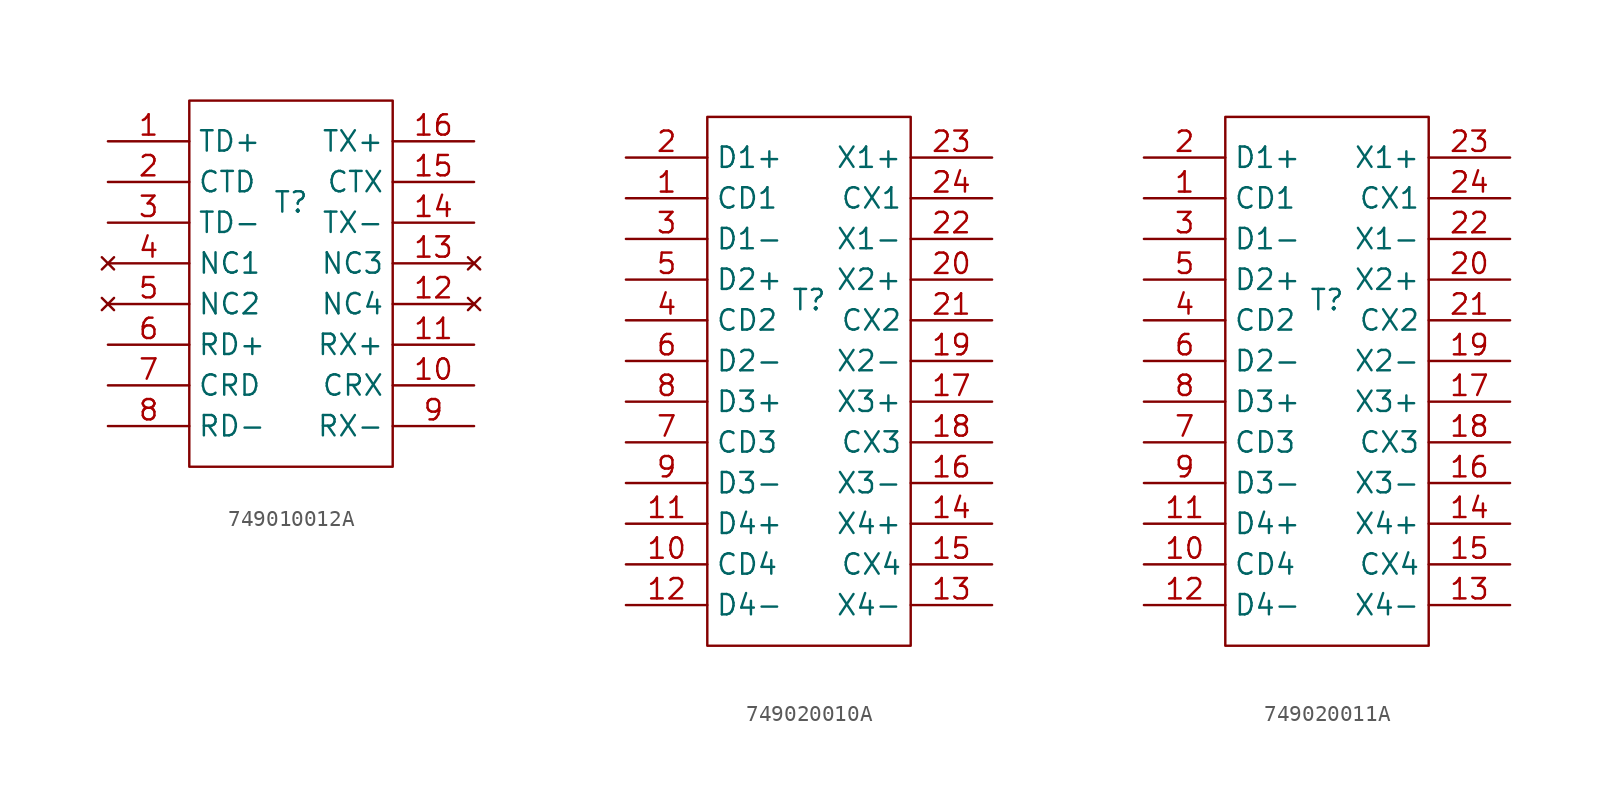
<source format=kicad_sym>
(kicad_symbol_lib
  (version 20220914)
  (generator kicad_symbol_editor)
  (symbol "749010012A"
    (property "Reference" "T"
      (at 0 5.08 0)
      (effects (font (size 1.27 1.27))))
    (property "Critical Parameter" ""
      (at 0 -5.08 0)
      (effects (font (size 1.27 1.27)) (justify left)))
    (symbol "749010012A_0_1"
      (rectangle (start -6.35 11.43) (end 6.35 -11.43) (stroke (width 0) (type default)) (fill (type none))))
    (symbol "749010012A_1_1"
      (pin passive line (at -11.43 8.89 0) (length 5.08) (name "TD+" (effects (font (size 1.27 1.27)))) (number "1" (effects (font (size 1.27 1.27)))))
      (pin passive line (at 11.43 -6.35 180) (length 5.08) (name "CRX" (effects (font (size 1.27 1.27)))) (number "10" (effects (font (size 1.27 1.27)))))
      (pin passive line (at 11.43 -3.81 180) (length 5.08) (name "RX+" (effects (font (size 1.27 1.27)))) (number "11" (effects (font (size 1.27 1.27)))))
      (pin no_connect line (at 11.43 -1.27 180) (length 5.08) (name "NC4" (effects (font (size 1.27 1.27)))) (number "12" (effects (font (size 1.27 1.27)))))
      (pin no_connect line (at 11.43 1.27 180) (length 5.08) (name "NC3" (effects (font (size 1.27 1.27)))) (number "13" (effects (font (size 1.27 1.27)))))
      (pin passive line (at 11.43 3.81 180) (length 5.08) (name "TX-" (effects (font (size 1.27 1.27)))) (number "14" (effects (font (size 1.27 1.27)))))
      (pin passive line (at 11.43 6.35 180) (length 5.08) (name "CTX" (effects (font (size 1.27 1.27)))) (number "15" (effects (font (size 1.27 1.27)))))
      (pin passive line (at 11.43 8.89 180) (length 5.08) (name "TX+" (effects (font (size 1.27 1.27)))) (number "16" (effects (font (size 1.27 1.27)))))
      (pin passive line (at -11.43 6.35 0) (length 5.08) (name "CTD" (effects (font (size 1.27 1.27)))) (number "2" (effects (font (size 1.27 1.27)))))
      (pin passive line (at -11.43 3.81 0) (length 5.08) (name "TD-" (effects (font (size 1.27 1.27)))) (number "3" (effects (font (size 1.27 1.27)))))
      (pin no_connect line (at -11.43 1.27 0) (length 5.08) (name "NC1" (effects (font (size 1.27 1.27)))) (number "4" (effects (font (size 1.27 1.27)))))
      (pin no_connect line (at -11.43 -1.27 0) (length 5.08) (name "NC2" (effects (font (size 1.27 1.27)))) (number "5" (effects (font (size 1.27 1.27)))))
      (pin passive line (at -11.43 -3.81 0) (length 5.08) (name "RD+" (effects (font (size 1.27 1.27)))) (number "6" (effects (font (size 1.27 1.27)))))
      (pin passive line (at -11.43 -6.35 0) (length 5.08) (name "CRD" (effects (font (size 1.27 1.27)))) (number "7" (effects (font (size 1.27 1.27)))))
      (pin passive line (at -11.43 -8.89 0) (length 5.08) (name "RD-" (effects (font (size 1.27 1.27)))) (number "8" (effects (font (size 1.27 1.27)))))
      (pin passive line (at 11.43 -8.89 180) (length 5.08) (name "RX-" (effects (font (size 1.27 1.27)))) (number "9" (effects (font (size 1.27 1.27)))))))
  (symbol "749020010A"
    (property "Reference" "T"
      (at 0 5.08 0)
      (effects (font (size 1.27 1.27))))
    (property "Critical Parameter" ""
      (at 0 -5.08 0)
      (effects (font (size 1.27 1.27)) (justify left)))
    (symbol "749020010A_0_1"
      (rectangle (start -6.35 16.51) (end 6.35 -16.51) (stroke (width 0) (type default)) (fill (type none))))
    (symbol "749020010A_1_1"
      (pin passive line (at -11.43 11.43 0) (length 5.08) (name "CD1" (effects (font (size 1.27 1.27)))) (number "1" (effects (font (size 1.27 1.27)))))
      (pin passive line (at -11.43 -11.43 0) (length 5.08) (name "CD4" (effects (font (size 1.27 1.27)))) (number "10" (effects (font (size 1.27 1.27)))))
      (pin passive line (at -11.43 -8.89 0) (length 5.08) (name "D4+" (effects (font (size 1.27 1.27)))) (number "11" (effects (font (size 1.27 1.27)))))
      (pin passive line (at -11.43 -13.97 0) (length 5.08) (name "D4-" (effects (font (size 1.27 1.27)))) (number "12" (effects (font (size 1.27 1.27)))))
      (pin passive line (at 11.43 -13.97 180) (length 5.08) (name "X4-" (effects (font (size 1.27 1.27)))) (number "13" (effects (font (size 1.27 1.27)))))
      (pin passive line (at 11.43 -8.89 180) (length 5.08) (name "X4+" (effects (font (size 1.27 1.27)))) (number "14" (effects (font (size 1.27 1.27)))))
      (pin passive line (at 11.43 -11.43 180) (length 5.08) (name "CX4" (effects (font (size 1.27 1.27)))) (number "15" (effects (font (size 1.27 1.27)))))
      (pin passive line (at 11.43 -6.35 180) (length 5.08) (name "X3-" (effects (font (size 1.27 1.27)))) (number "16" (effects (font (size 1.27 1.27)))))
      (pin passive line (at 11.43 -1.27 180) (length 5.08) (name "X3+" (effects (font (size 1.27 1.27)))) (number "17" (effects (font (size 1.27 1.27)))))
      (pin passive line (at 11.43 -3.81 180) (length 5.08) (name "CX3" (effects (font (size 1.27 1.27)))) (number "18" (effects (font (size 1.27 1.27)))))
      (pin passive line (at 11.43 1.27 180) (length 5.08) (name "X2-" (effects (font (size 1.27 1.27)))) (number "19" (effects (font (size 1.27 1.27)))))
      (pin passive line (at -11.43 13.97 0) (length 5.08) (name "D1+" (effects (font (size 1.27 1.27)))) (number "2" (effects (font (size 1.27 1.27)))))
      (pin passive line (at 11.43 6.35 180) (length 5.08) (name "X2+" (effects (font (size 1.27 1.27)))) (number "20" (effects (font (size 1.27 1.27)))))
      (pin passive line (at 11.43 3.81 180) (length 5.08) (name "CX2" (effects (font (size 1.27 1.27)))) (number "21" (effects (font (size 1.27 1.27)))))
      (pin passive line (at 11.43 8.89 180) (length 5.08) (name "X1-" (effects (font (size 1.27 1.27)))) (number "22" (effects (font (size 1.27 1.27)))))
      (pin passive line (at 11.43 13.97 180) (length 5.08) (name "X1+" (effects (font (size 1.27 1.27)))) (number "23" (effects (font (size 1.27 1.27)))))
      (pin passive line (at 11.43 11.43 180) (length 5.08) (name "CX1" (effects (font (size 1.27 1.27)))) (number "24" (effects (font (size 1.27 1.27)))))
      (pin passive line (at -11.43 8.89 0) (length 5.08) (name "D1-" (effects (font (size 1.27 1.27)))) (number "3" (effects (font (size 1.27 1.27)))))
      (pin passive line (at -11.43 3.81 0) (length 5.08) (name "CD2" (effects (font (size 1.27 1.27)))) (number "4" (effects (font (size 1.27 1.27)))))
      (pin passive line (at -11.43 6.35 0) (length 5.08) (name "D2+" (effects (font (size 1.27 1.27)))) (number "5" (effects (font (size 1.27 1.27)))))
      (pin passive line (at -11.43 1.27 0) (length 5.08) (name "D2-" (effects (font (size 1.27 1.27)))) (number "6" (effects (font (size 1.27 1.27)))))
      (pin passive line (at -11.43 -3.81 0) (length 5.08) (name "CD3" (effects (font (size 1.27 1.27)))) (number "7" (effects (font (size 1.27 1.27)))))
      (pin passive line (at -11.43 -1.27 0) (length 5.08) (name "D3+" (effects (font (size 1.27 1.27)))) (number "8" (effects (font (size 1.27 1.27)))))
      (pin passive line (at -11.43 -6.35 0) (length 5.08) (name "D3-" (effects (font (size 1.27 1.27)))) (number "9" (effects (font (size 1.27 1.27)))))))
  (symbol "749020011A"
    (property "Reference" "T"
      (at 0 5.08 0)
      (effects (font (size 1.27 1.27))))
    (property "Critical Parameter" ""
      (at 0 -5.08 0)
      (effects (font (size 1.27 1.27)) (justify left)))
    (symbol "749020011A_0_1"
      (rectangle (start -6.35 16.51) (end 6.35 -16.51) (stroke (width 0) (type default)) (fill (type none))))
    (symbol "749020011A_1_1"
      (pin passive line (at -11.43 11.43 0) (length 5.08) (name "CD1" (effects (font (size 1.27 1.27)))) (number "1" (effects (font (size 1.27 1.27)))))
      (pin passive line (at -11.43 -11.43 0) (length 5.08) (name "CD4" (effects (font (size 1.27 1.27)))) (number "10" (effects (font (size 1.27 1.27)))))
      (pin passive line (at -11.43 -8.89 0) (length 5.08) (name "D4+" (effects (font (size 1.27 1.27)))) (number "11" (effects (font (size 1.27 1.27)))))
      (pin passive line (at -11.43 -13.97 0) (length 5.08) (name "D4-" (effects (font (size 1.27 1.27)))) (number "12" (effects (font (size 1.27 1.27)))))
      (pin passive line (at 11.43 -13.97 180) (length 5.08) (name "X4-" (effects (font (size 1.27 1.27)))) (number "13" (effects (font (size 1.27 1.27)))))
      (pin passive line (at 11.43 -8.89 180) (length 5.08) (name "X4+" (effects (font (size 1.27 1.27)))) (number "14" (effects (font (size 1.27 1.27)))))
      (pin passive line (at 11.43 -11.43 180) (length 5.08) (name "CX4" (effects (font (size 1.27 1.27)))) (number "15" (effects (font (size 1.27 1.27)))))
      (pin passive line (at 11.43 -6.35 180) (length 5.08) (name "X3-" (effects (font (size 1.27 1.27)))) (number "16" (effects (font (size 1.27 1.27)))))
      (pin passive line (at 11.43 -1.27 180) (length 5.08) (name "X3+" (effects (font (size 1.27 1.27)))) (number "17" (effects (font (size 1.27 1.27)))))
      (pin passive line (at 11.43 -3.81 180) (length 5.08) (name "CX3" (effects (font (size 1.27 1.27)))) (number "18" (effects (font (size 1.27 1.27)))))
      (pin passive line (at 11.43 1.27 180) (length 5.08) (name "X2-" (effects (font (size 1.27 1.27)))) (number "19" (effects (font (size 1.27 1.27)))))
      (pin passive line (at -11.43 13.97 0) (length 5.08) (name "D1+" (effects (font (size 1.27 1.27)))) (number "2" (effects (font (size 1.27 1.27)))))
      (pin passive line (at 11.43 6.35 180) (length 5.08) (name "X2+" (effects (font (size 1.27 1.27)))) (number "20" (effects (font (size 1.27 1.27)))))
      (pin passive line (at 11.43 3.81 180) (length 5.08) (name "CX2" (effects (font (size 1.27 1.27)))) (number "21" (effects (font (size 1.27 1.27)))))
      (pin passive line (at 11.43 8.89 180) (length 5.08) (name "X1-" (effects (font (size 1.27 1.27)))) (number "22" (effects (font (size 1.27 1.27)))))
      (pin passive line (at 11.43 13.97 180) (length 5.08) (name "X1+" (effects (font (size 1.27 1.27)))) (number "23" (effects (font (size 1.27 1.27)))))
      (pin passive line (at 11.43 11.43 180) (length 5.08) (name "CX1" (effects (font (size 1.27 1.27)))) (number "24" (effects (font (size 1.27 1.27)))))
      (pin passive line (at -11.43 8.89 0) (length 5.08) (name "D1-" (effects (font (size 1.27 1.27)))) (number "3" (effects (font (size 1.27 1.27)))))
      (pin passive line (at -11.43 3.81 0) (length 5.08) (name "CD2" (effects (font (size 1.27 1.27)))) (number "4" (effects (font (size 1.27 1.27)))))
      (pin passive line (at -11.43 6.35 0) (length 5.08) (name "D2+" (effects (font (size 1.27 1.27)))) (number "5" (effects (font (size 1.27 1.27)))))
      (pin passive line (at -11.43 1.27 0) (length 5.08) (name "D2-" (effects (font (size 1.27 1.27)))) (number "6" (effects (font (size 1.27 1.27)))))
      (pin passive line (at -11.43 -3.81 0) (length 5.08) (name "CD3" (effects (font (size 1.27 1.27)))) (number "7" (effects (font (size 1.27 1.27)))))
      (pin passive line (at -11.43 -1.27 0) (length 5.08) (name "D3+" (effects (font (size 1.27 1.27)))) (number "8" (effects (font (size 1.27 1.27)))))
      (pin passive line (at -11.43 -6.35 0) (length 5.08) (name "D3-" (effects (font (size 1.27 1.27)))) (number "9" (effects (font (size 1.27 1.27))))))))
</source>
